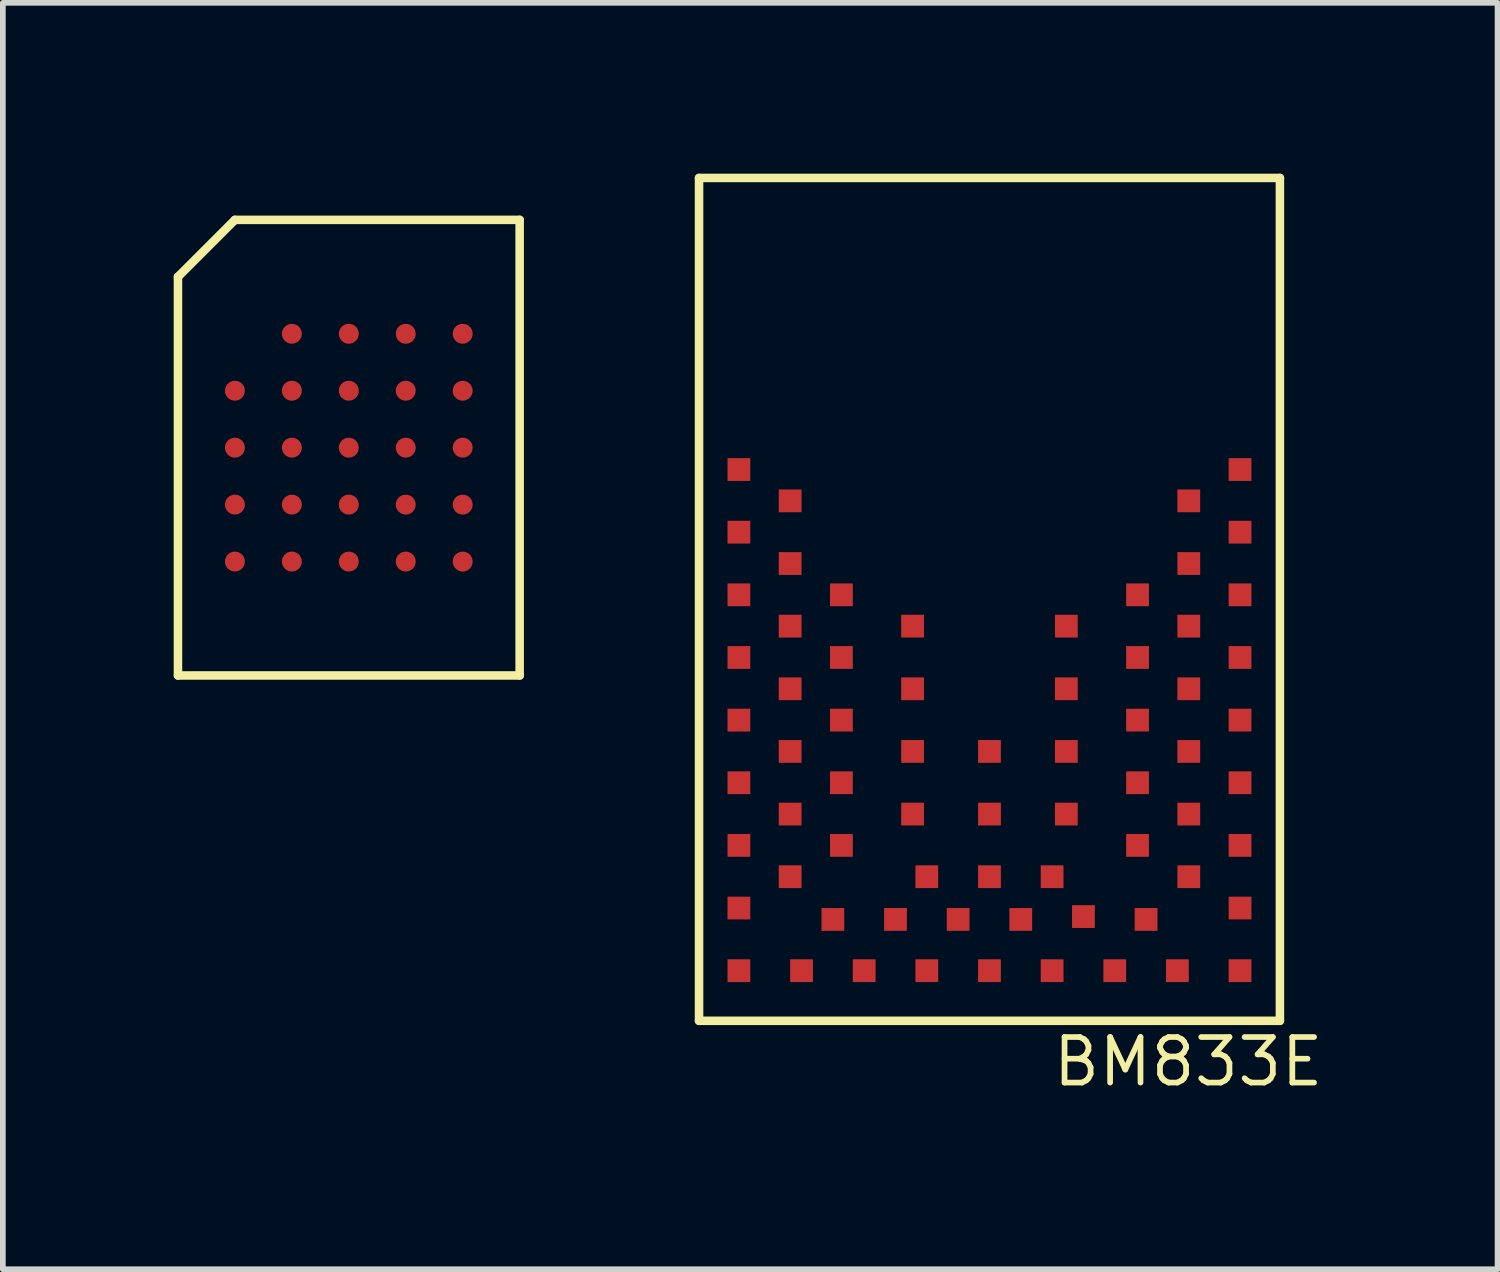
<source format=kicad_pcb>
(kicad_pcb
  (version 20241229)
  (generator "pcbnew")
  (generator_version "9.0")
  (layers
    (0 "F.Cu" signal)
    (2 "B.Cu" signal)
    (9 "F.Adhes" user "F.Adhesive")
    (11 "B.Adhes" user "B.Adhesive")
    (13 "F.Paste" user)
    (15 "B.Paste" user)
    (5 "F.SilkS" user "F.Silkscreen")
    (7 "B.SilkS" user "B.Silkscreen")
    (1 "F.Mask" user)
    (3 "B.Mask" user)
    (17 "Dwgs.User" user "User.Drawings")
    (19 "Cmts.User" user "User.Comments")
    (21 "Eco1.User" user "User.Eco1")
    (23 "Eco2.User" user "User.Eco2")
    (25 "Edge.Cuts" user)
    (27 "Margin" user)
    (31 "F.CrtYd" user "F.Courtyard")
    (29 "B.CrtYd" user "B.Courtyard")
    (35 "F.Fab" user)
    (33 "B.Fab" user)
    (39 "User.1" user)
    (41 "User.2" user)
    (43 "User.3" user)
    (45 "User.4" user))
  (footprint "BM833E"
    (layer "F.Cu")
    (at 14.325 7.545)
    (property "Reference" "BM833E" (at 3.49 8.05 0) (layer "F.SilkS") (effects (font (size 0.8 0.8) (thickness 0.1))))
    (attr smd)
    (fp_line (start -5.1 7.33) (end -5.1 -7.47) (stroke (width 0.15) (type solid)) (layer "F.SilkS"))
    (fp_line (start -5.082 7.305) (end -5.082 7.303) (stroke (width 0.008) (type solid)) (layer "F.SilkS"))
    (fp_line (start 5.1 -7.47) (end -5.1 -7.47) (stroke (width 0.15) (type solid)) (layer "F.SilkS"))
    (fp_line (start 5.1 7.33) (end -5.1 7.33) (stroke (width 0.15) (type solid)) (layer "F.SilkS"))
    (fp_line (start 5.1 7.33) (end 5.1 -7.47) (stroke (width 0.15) (type solid)) (layer "F.SilkS"))
    (fp_line (start 5.116 7.303) (end 5.116 7.305) (stroke (width 0.008) (type solid)) (layer "F.SilkS"))
    (fp_arc (start -5.08238 7.308) (mid -5.084176 7.307256) (end -5.08492 7.30546) (stroke (width 0.00762) (type solid)) (layer "F.SilkS"))
    (fp_arc (start -5.08238 7.308) (mid -5.08492 7.30546) (end -5.08238 7.30292) (stroke (width 0.00762) (type solid)) (layer "F.SilkS"))
    (fp_arc (start -5.07984 7.30546) (mid -5.080584 7.307256) (end -5.08238 7.308) (stroke (width 0.00762) (type solid)) (layer "F.SilkS"))
    (fp_arc (start 5.11572 7.30292) (mid 5.11826 7.30546) (end 5.11572 7.308) (stroke (width 0.00762) (type solid)) (layer "F.SilkS"))
    (fp_arc (start 5.11572 7.308) (mid 5.113924 7.307256) (end 5.11318 7.30546) (stroke (width 0.00762) (type solid)) (layer "F.SilkS"))
    (fp_arc (start 5.11826 7.30546) (mid 5.117516 7.307256) (end 5.11572 7.308) (stroke (width 0.00762) (type solid)) (layer "F.SilkS"))
    (pad "1" smd rect (at -4.4 -2.35 180) (size 0.4 0.4) (layers "F.Cu" "F.Mask" "F.Paste"))
    (pad "2" smd rect (at -3.5 -1.8 90) (size 0.4 0.4) (layers "F.Cu" "F.Mask" "F.Paste"))
    (pad "3" smd rect (at -4.4 -1.25 90) (size 0.4 0.4) (layers "F.Cu" "F.Mask" "F.Paste"))
    (pad "4" smd rect (at -3.5 -0.7 90) (size 0.4 0.4) (layers "F.Cu" "F.Mask" "F.Paste"))
    (pad "5" smd rect (at -4.4 -0.15 90) (size 0.4 0.4) (layers "F.Cu" "F.Mask" "F.Paste"))
    (pad "6" smd rect (at -3.5 0.4 90) (size 0.4 0.4) (layers "F.Cu" "F.Mask" "F.Paste"))
    (pad "7" smd rect (at -4.4 0.95 90) (size 0.4 0.4) (layers "F.Cu" "F.Mask" "F.Paste"))
    (pad "8" smd rect (at -3.5 1.5 180) (size 0.4 0.4) (layers "F.Cu" "F.Mask" "F.Paste"))
    (pad "9" smd rect (at -4.4 2.05 90) (size 0.4 0.4) (layers "F.Cu" "F.Mask" "F.Paste"))
    (pad "10" smd rect (at -3.5 2.6 90) (size 0.4 0.4) (layers "F.Cu" "F.Mask" "F.Paste"))
    (pad "11" smd rect (at -4.4 3.15 90) (size 0.4 0.4) (layers "F.Cu" "F.Mask" "F.Paste"))
    (pad "12" smd rect (at -3.5 3.7 90) (size 0.4 0.4) (layers "F.Cu" "F.Mask" "F.Paste"))
    (pad "13" smd rect (at -4.4 4.25 90) (size 0.4 0.4) (layers "F.Cu" "F.Mask" "F.Paste"))
    (pad "14" smd rect (at -3.5 4.8 90) (size 0.4 0.4) (layers "F.Cu" "F.Mask" "F.Paste"))
    (pad "15" smd rect (at -4.4 5.35 90) (size 0.4 0.4) (layers "F.Cu" "F.Mask" "F.Paste"))
    (pad "16" smd rect (at -4.4 6.45 90) (size 0.4 0.4) (layers "F.Cu" "F.Mask" "F.Paste"))
    (pad "17" smd rect (at -3.3 6.45 90) (size 0.4 0.4) (layers "F.Cu" "F.Mask" "F.Paste"))
    (pad "18" smd rect (at -2.75 5.55 180) (size 0.4 0.4) (layers "F.Cu" "F.Mask" "F.Paste"))
    (pad "19" smd rect (at -2.2 6.45 90) (size 0.4 0.4) (layers "F.Cu" "F.Mask" "F.Paste"))
    (pad "20" smd rect (at -1.65 5.55 90) (size 0.4 0.4) (layers "F.Cu" "F.Mask" "F.Paste"))
    (pad "21" smd rect (at -1.1 6.45 90) (size 0.4 0.4) (layers "F.Cu" "F.Mask" "F.Paste"))
    (pad "22" smd rect (at -0.55 5.55 90) (size 0.4 0.4) (layers "F.Cu" "F.Mask" "F.Paste"))
    (pad "23" smd rect (at 0 6.45 180) (size 0.4 0.4) (layers "F.Cu" "F.Mask" "F.Paste"))
    (pad "24" smd rect (at 0.55 5.55 90) (size 0.4 0.4) (layers "F.Cu" "F.Mask" "F.Paste"))
    (pad "25" smd rect (at 1.1 6.45 90) (size 0.4 0.4) (layers "F.Cu" "F.Mask" "F.Paste"))
    (pad "26" smd rect (at 1.65 5.5 90) (size 0.4 0.4) (layers "F.Cu" "F.Mask" "F.Paste"))
    (pad "27" smd rect (at 2.2 6.45 90) (size 0.4 0.4) (layers "F.Cu" "F.Mask" "F.Paste"))
    (pad "28" smd rect (at 2.75 5.55 180) (size 0.4 0.4) (layers "F.Cu" "F.Mask" "F.Paste"))
    (pad "29" smd rect (at 3.3 6.45 90) (size 0.4 0.4) (layers "F.Cu" "F.Mask" "F.Paste"))
    (pad "30" smd rect (at 4.4 6.45 180) (size 0.4 0.4) (layers "F.Cu" "F.Mask" "F.Paste"))
    (pad "31" smd rect (at 4.4 5.35 90) (size 0.4 0.4) (layers "F.Cu" "F.Mask" "F.Paste"))
    (pad "32" smd rect (at 3.5 4.8 90) (size 0.4 0.4) (layers "F.Cu" "F.Mask" "F.Paste"))
    (pad "33" smd rect (at 4.4 4.25 90) (size 0.4 0.4) (layers "F.Cu" "F.Mask" "F.Paste"))
    (pad "34" smd rect (at 3.5 3.7 90) (size 0.4 0.4) (layers "F.Cu" "F.Mask" "F.Paste"))
    (pad "35" smd rect (at 4.4 3.15 90) (size 0.4 0.4) (layers "F.Cu" "F.Mask" "F.Paste"))
    (pad "36" smd rect (at 3.5 2.6 90) (size 0.4 0.4) (layers "F.Cu" "F.Mask" "F.Paste"))
    (pad "37" smd rect (at 4.4 2.05 90) (size 0.4 0.4) (layers "F.Cu" "F.Mask" "F.Paste"))
    (pad "38" smd rect (at 3.5 1.5 90) (size 0.4 0.4) (layers "F.Cu" "F.Mask" "F.Paste"))
    (pad "39" smd rect (at 4.4 0.95 90) (size 0.4 0.4) (layers "F.Cu" "F.Mask" "F.Paste"))
    (pad "40" smd rect (at 3.5 0.4 90) (size 0.4 0.4) (layers "F.Cu" "F.Mask" "F.Paste"))
    (pad "41" smd rect (at 4.4 -0.15 90) (size 0.4 0.4) (layers "F.Cu" "F.Mask" "F.Paste"))
    (pad "42" smd rect (at 3.5 -0.7 90) (size 0.4 0.4) (layers "F.Cu" "F.Mask" "F.Paste"))
    (pad "43" smd rect (at 4.4 -1.25 90) (size 0.4 0.4) (layers "F.Cu" "F.Mask" "F.Paste"))
    (pad "44" smd rect (at 3.5 -1.8 90) (size 0.4 0.4) (layers "F.Cu" "F.Mask" "F.Paste"))
    (pad "45" smd rect (at 4.4 -2.35 90) (size 0.4 0.4) (layers "F.Cu" "F.Mask" "F.Paste"))
    (pad "46" smd rect (at 1.35 0.4 90) (size 0.4 0.4) (layers "F.Cu" "F.Mask" "F.Paste"))
    (pad "47" smd rect (at -1.35 0.4 90) (size 0.4 0.4) (layers "F.Cu" "F.Mask" "F.Paste"))
    (pad "48" smd rect (at -2.6 -0.15 90) (size 0.4 0.4) (layers "F.Cu" "F.Mask" "F.Paste"))
    (pad "49" smd rect (at -2.6 0.95 90) (size 0.4 0.4) (layers "F.Cu" "F.Mask" "F.Paste"))
    (pad "50" smd rect (at -1.35 1.5 90) (size 0.4 0.4) (layers "F.Cu" "F.Mask" "F.Paste"))
    (pad "51" smd rect (at -2.6 2.05 90) (size 0.4 0.4) (layers "F.Cu" "F.Mask" "F.Paste"))
    (pad "52" smd rect (at -1.35 2.6 90) (size 0.4 0.4) (layers "F.Cu" "F.Mask" "F.Paste"))
    (pad "53" smd rect (at -2.6 3.15 90) (size 0.4 0.4) (layers "F.Cu" "F.Mask" "F.Paste"))
    (pad "54" smd rect (at -1.35 3.7 90) (size 0.4 0.4) (layers "F.Cu" "F.Mask" "F.Paste"))
    (pad "55" smd rect (at -2.6 4.25 90) (size 0.4 0.4) (layers "F.Cu" "F.Mask" "F.Paste"))
    (pad "56" smd rect (at -1.1 4.8 90) (size 0.4 0.4) (layers "F.Cu" "F.Mask" "F.Paste"))
    (pad "57" smd rect (at 0 4.8 90) (size 0.4 0.4) (layers "F.Cu" "F.Mask" "F.Paste"))
    (pad "58" smd rect (at 1.1 4.8 90) (size 0.4 0.4) (layers "F.Cu" "F.Mask" "F.Paste"))
    (pad "59" smd rect (at 2.6 4.25 90) (size 0.4 0.4) (layers "F.Cu" "F.Mask" "F.Paste"))
    (pad "60" smd rect (at 1.35 3.7 90) (size 0.4 0.4) (layers "F.Cu" "F.Mask" "F.Paste"))
    (pad "61" smd rect (at 2.6 3.15 90) (size 0.4 0.4) (layers "F.Cu" "F.Mask" "F.Paste"))
    (pad "62" smd rect (at 1.35 2.6 90) (size 0.4 0.4) (layers "F.Cu" "F.Mask" "F.Paste"))
    (pad "63" smd rect (at 2.6 2.05 90) (size 0.4 0.4) (layers "F.Cu" "F.Mask" "F.Paste"))
    (pad "64" smd rect (at 1.35 1.5 90) (size 0.4 0.4) (layers "F.Cu" "F.Mask" "F.Paste"))
    (pad "65" smd rect (at 2.6 0.95 90) (size 0.4 0.4) (layers "F.Cu" "F.Mask" "F.Paste"))
    (pad "66" smd rect (at 2.6 -0.15 90) (size 0.4 0.4) (layers "F.Cu" "F.Mask" "F.Paste"))
    (pad "67" smd rect (at 0 3.7 90) (size 0.4 0.4) (layers "F.Cu" "F.Mask" "F.Paste"))
    (pad "68" smd rect (at 0 2.6 90) (size 0.4 0.4) (layers "F.Cu" "F.Mask" "F.Paste")))
  (footprint "BGA-24_8.0x6.0mm_Layout5x5_P0.8mm_Pad0.35mm_NSMD"
    (layer "F.Cu")
    (at 3.075 4.811)
    (property "Reference" "BGA-24_8.0x6.0mm_Layout5x5_P0.8mm_Pad0.35mm_NSMD" (at 0 -4.81 0) (layer "F.SilkS") (effects (font (size 0.001 0.001) (thickness 0.15))))
    (attr through_hole)
    (fp_line (start -3 -3) (end -2 -4) (stroke (width 0.15) (type solid)) (layer "F.SilkS"))
    (fp_line (start -3 4) (end -3 -3) (stroke (width 0.15) (type solid)) (layer "F.SilkS"))
    (fp_line (start -2 -4) (end 3 -4) (stroke (width 0.15) (type solid)) (layer "F.SilkS"))
    (fp_line (start 3 -4) (end 3 4) (stroke (width 0.15) (type solid)) (layer "F.SilkS"))
    (fp_line (start 3 4) (end -3 4) (stroke (width 0.15) (type solid)) (layer "F.SilkS"))
    (pad "A2" smd circle (at -1 -2) (size 0.35 0.35) (layers "F.Cu" "F.Mask" "F.Paste"))
    (pad "A3" smd circle (at 0 -2) (size 0.35 0.35) (layers "F.Cu" "F.Mask" "F.Paste"))
    (pad "A4" smd circle (at 1 -2) (size 0.35 0.35) (layers "F.Cu" "F.Mask" "F.Paste"))
    (pad "A5" smd circle (at 2 -2) (size 0.35 0.35) (layers "F.Cu" "F.Mask" "F.Paste"))
    (pad "B1" smd circle (at -2 -1) (size 0.35 0.35) (layers "F.Cu" "F.Mask" "F.Paste"))
    (pad "B2" smd circle (at -1 -1) (size 0.35 0.35) (layers "F.Cu" "F.Mask" "F.Paste"))
    (pad "B3" smd circle (at 0 -1) (size 0.35 0.35) (layers "F.Cu" "F.Mask" "F.Paste"))
    (pad "B4" smd circle (at 1 -1) (size 0.35 0.35) (layers "F.Cu" "F.Mask" "F.Paste"))
    (pad "B5" smd circle (at 2 -1) (size 0.35 0.35) (layers "F.Cu" "F.Mask" "F.Paste"))
    (pad "C1" smd circle (at -2 0) (size 0.35 0.35) (layers "F.Cu" "F.Mask" "F.Paste"))
    (pad "C2" smd circle (at -1 0) (size 0.35 0.35) (layers "F.Cu" "F.Mask" "F.Paste"))
    (pad "C3" smd circle (at 0 0) (size 0.35 0.35) (layers "F.Cu" "F.Mask" "F.Paste"))
    (pad "C4" smd circle (at 1 0) (size 0.35 0.35) (layers "F.Cu" "F.Mask" "F.Paste"))
    (pad "C5" smd circle (at 2 0) (size 0.35 0.35) (layers "F.Cu" "F.Mask" "F.Paste"))
    (pad "D1" smd circle (at -2 1) (size 0.35 0.35) (layers "F.Cu" "F.Mask" "F.Paste"))
    (pad "D2" smd circle (at -1 1) (size 0.35 0.35) (layers "F.Cu" "F.Mask" "F.Paste"))
    (pad "D3" smd circle (at 0 1) (size 0.35 0.35) (layers "F.Cu" "F.Mask" "F.Paste"))
    (pad "D4" smd circle (at 1 1) (size 0.35 0.35) (layers "F.Cu" "F.Mask" "F.Paste"))
    (pad "D5" smd circle (at 2 1) (size 0.35 0.35) (layers "F.Cu" "F.Mask" "F.Paste"))
    (pad "E1" smd circle (at -2 2) (size 0.35 0.35) (layers "F.Cu" "F.Mask" "F.Paste"))
    (pad "E2" smd circle (at -1 2) (size 0.35 0.35) (layers "F.Cu" "F.Mask" "F.Paste"))
    (pad "E3" smd circle (at 0 2) (size 0.35 0.35) (layers "F.Cu" "F.Mask" "F.Paste"))
    (pad "E4" smd circle (at 1 2) (size 0.35 0.35) (layers "F.Cu" "F.Mask" "F.Paste"))
    (pad "E5" smd circle (at 2 2) (size 0.35 0.35) (layers "F.Cu" "F.Mask" "F.Paste")))
  (gr_rect
    (start -3 -3)
    (end 23.247 19.238)
    (stroke (width 0.1) (type default))
    (fill no)
    (layer "Edge.Cuts")))
</source>
